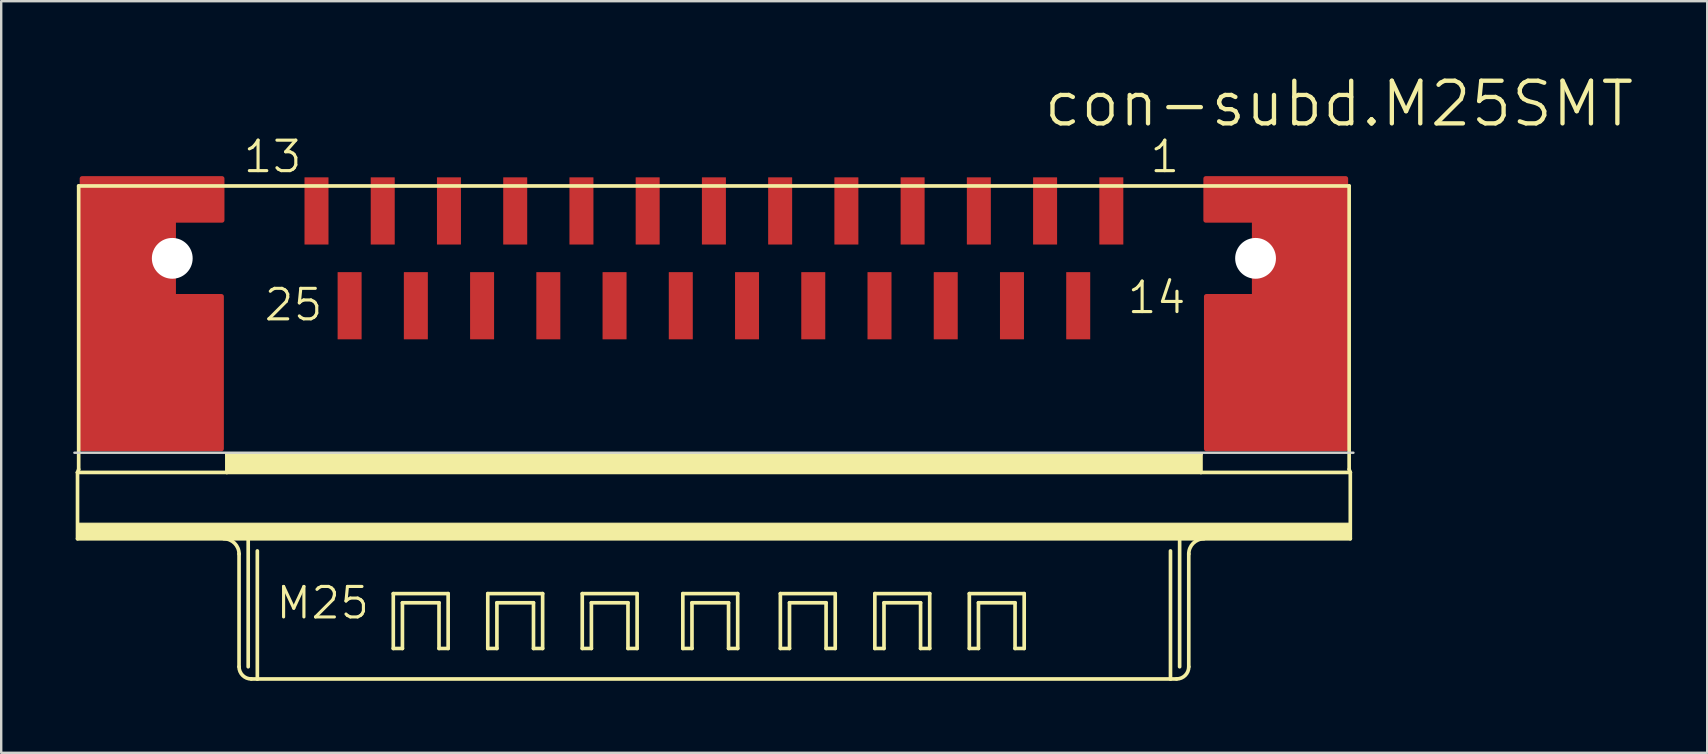
<source format=kicad_pcb>
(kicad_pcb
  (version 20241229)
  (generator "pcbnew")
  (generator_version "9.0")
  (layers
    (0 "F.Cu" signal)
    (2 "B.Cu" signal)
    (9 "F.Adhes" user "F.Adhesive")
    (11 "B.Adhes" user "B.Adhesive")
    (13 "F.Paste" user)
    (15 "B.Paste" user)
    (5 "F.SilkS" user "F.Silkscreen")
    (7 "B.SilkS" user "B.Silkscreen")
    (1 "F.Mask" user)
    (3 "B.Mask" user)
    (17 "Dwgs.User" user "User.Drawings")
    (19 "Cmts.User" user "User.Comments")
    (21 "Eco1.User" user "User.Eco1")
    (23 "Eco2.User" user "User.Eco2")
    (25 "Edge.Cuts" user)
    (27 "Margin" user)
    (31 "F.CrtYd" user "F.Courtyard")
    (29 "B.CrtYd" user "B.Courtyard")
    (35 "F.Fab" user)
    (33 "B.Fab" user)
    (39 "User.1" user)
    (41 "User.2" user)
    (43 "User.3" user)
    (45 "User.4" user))
  (footprint "con-subd.M25SMT"
    (layer "F.Cu")
    (at 26.698 7.715)
    (property "Reference" "con-subd.M25SMT" (at 13.652 -5.397 0) (layer "F.SilkS") (effects (font (size 1.778 1.778) (thickness 0.18)) (justify left bottom)))
    (attr smd)
    (fp_poly (pts (xy -26.328 7.938) (xy -20.52 7.938) (xy -20.52 1.587) (xy -22.517 1.587) (xy -22.517 -1.587) (xy -20.495 -1.587) (xy -20.495 -3.325) (xy -26.328 -3.325)) (stroke (width 0.2) (type default)) (fill yes) (layer "F.Cu"))
    (fp_poly (pts (xy 26.328 7.938) (xy 20.52 7.938) (xy 20.52 1.587) (xy 22.517 1.587) (xy 22.517 -1.587) (xy 20.495 -1.587) (xy 20.495 -3.325) (xy 26.328 -3.325)) (stroke (width 0.2) (type default)) (fill yes) (layer "F.Cu"))
    (fp_line (start -26.518 8.92) (end -26.47 8.793) (stroke (width 0.152) (type default)) (layer "F.SilkS"))
    (fp_line (start -26.518 11.684) (end -26.518 8.92) (stroke (width 0.152) (type default)) (layer "F.SilkS"))
    (fp_line (start -26.47 -3.016) (end -26.47 8.793) (stroke (width 0.152) (type default)) (layer "F.SilkS"))
    (fp_line (start -20.295 8.92) (end -26.518 8.92) (stroke (width 0.152) (type default)) (layer "F.SilkS"))
    (fp_line (start -20.295 8.92) (end -20.295 8.158) (stroke (width 0.152) (type default)) (layer "F.SilkS"))
    (fp_line (start -19.787 12.319) (end -19.787 17.018) (stroke (width 0.152) (type default)) (layer "F.SilkS"))
    (fp_line (start -19.406 11.684) (end -26.518 11.684) (stroke (width 0.152) (type default)) (layer "F.SilkS"))
    (fp_line (start -19.406 11.684) (end -19.406 17.018) (stroke (width 0.152) (type default)) (layer "F.SilkS"))
    (fp_line (start -19.025 12.192) (end -19.025 17.526) (stroke (width 0.152) (type default)) (layer "F.SilkS"))
    (fp_line (start -19.025 17.526) (end -19.279 17.526) (stroke (width 0.152) (type default)) (layer "F.SilkS"))
    (fp_line (start -13.36 13.97) (end -11.074 13.97) (stroke (width 0.152) (type default)) (layer "F.SilkS"))
    (fp_line (start -13.36 16.256) (end -13.36 13.97) (stroke (width 0.152) (type default)) (layer "F.SilkS"))
    (fp_line (start -12.979 14.351) (end -12.979 16.256) (stroke (width 0.152) (type default)) (layer "F.SilkS"))
    (fp_line (start -12.979 16.256) (end -13.36 16.256) (stroke (width 0.152) (type default)) (layer "F.SilkS"))
    (fp_line (start -11.455 14.351) (end -12.979 14.351) (stroke (width 0.152) (type default)) (layer "F.SilkS"))
    (fp_line (start -11.455 16.256) (end -11.455 14.351) (stroke (width 0.152) (type default)) (layer "F.SilkS"))
    (fp_line (start -11.074 13.97) (end -11.074 16.256) (stroke (width 0.152) (type default)) (layer "F.SilkS"))
    (fp_line (start -11.074 16.256) (end -11.455 16.256) (stroke (width 0.152) (type default)) (layer "F.SilkS"))
    (fp_line (start -9.423 13.97) (end -7.137 13.97) (stroke (width 0.152) (type default)) (layer "F.SilkS"))
    (fp_line (start -9.423 16.256) (end -9.423 13.97) (stroke (width 0.152) (type default)) (layer "F.SilkS"))
    (fp_line (start -9.042 14.351) (end -9.042 16.256) (stroke (width 0.152) (type default)) (layer "F.SilkS"))
    (fp_line (start -9.042 16.256) (end -9.423 16.256) (stroke (width 0.152) (type default)) (layer "F.SilkS"))
    (fp_line (start -7.518 14.351) (end -9.042 14.351) (stroke (width 0.152) (type default)) (layer "F.SilkS"))
    (fp_line (start -7.518 16.256) (end -7.518 14.351) (stroke (width 0.152) (type default)) (layer "F.SilkS"))
    (fp_line (start -7.137 13.97) (end -7.137 16.256) (stroke (width 0.152) (type default)) (layer "F.SilkS"))
    (fp_line (start -7.137 16.256) (end -7.518 16.256) (stroke (width 0.152) (type default)) (layer "F.SilkS"))
    (fp_line (start -5.486 13.97) (end -3.2 13.97) (stroke (width 0.152) (type default)) (layer "F.SilkS"))
    (fp_line (start -5.486 16.256) (end -5.486 13.97) (stroke (width 0.152) (type default)) (layer "F.SilkS"))
    (fp_line (start -5.105 14.351) (end -5.105 16.256) (stroke (width 0.152) (type default)) (layer "F.SilkS"))
    (fp_line (start -5.105 16.256) (end -5.486 16.256) (stroke (width 0.152) (type default)) (layer "F.SilkS"))
    (fp_line (start -3.581 14.351) (end -5.105 14.351) (stroke (width 0.152) (type default)) (layer "F.SilkS"))
    (fp_line (start -3.581 16.256) (end -3.581 14.351) (stroke (width 0.152) (type default)) (layer "F.SilkS"))
    (fp_line (start -3.2 13.97) (end -3.2 16.256) (stroke (width 0.152) (type default)) (layer "F.SilkS"))
    (fp_line (start -3.2 16.256) (end -3.581 16.256) (stroke (width 0.152) (type default)) (layer "F.SilkS"))
    (fp_line (start -1.295 13.97) (end 0.991 13.97) (stroke (width 0.152) (type default)) (layer "F.SilkS"))
    (fp_line (start -1.295 16.256) (end -1.295 13.97) (stroke (width 0.152) (type default)) (layer "F.SilkS"))
    (fp_line (start -0.914 14.351) (end -0.914 16.256) (stroke (width 0.152) (type default)) (layer "F.SilkS"))
    (fp_line (start -0.914 16.256) (end -1.295 16.256) (stroke (width 0.152) (type default)) (layer "F.SilkS"))
    (fp_line (start 0.61 14.351) (end -0.914 14.351) (stroke (width 0.152) (type default)) (layer "F.SilkS"))
    (fp_line (start 0.61 16.256) (end 0.61 14.351) (stroke (width 0.152) (type default)) (layer "F.SilkS"))
    (fp_line (start 0.991 13.97) (end 0.991 16.256) (stroke (width 0.152) (type default)) (layer "F.SilkS"))
    (fp_line (start 0.991 16.256) (end 0.61 16.256) (stroke (width 0.152) (type default)) (layer "F.SilkS"))
    (fp_line (start 2.769 13.97) (end 5.055 13.97) (stroke (width 0.152) (type default)) (layer "F.SilkS"))
    (fp_line (start 2.769 16.256) (end 2.769 13.97) (stroke (width 0.152) (type default)) (layer "F.SilkS"))
    (fp_line (start 3.15 14.351) (end 3.15 16.256) (stroke (width 0.152) (type default)) (layer "F.SilkS"))
    (fp_line (start 3.15 16.256) (end 2.769 16.256) (stroke (width 0.152) (type default)) (layer "F.SilkS"))
    (fp_line (start 4.674 14.351) (end 3.15 14.351) (stroke (width 0.152) (type default)) (layer "F.SilkS"))
    (fp_line (start 4.674 16.256) (end 4.674 14.351) (stroke (width 0.152) (type default)) (layer "F.SilkS"))
    (fp_line (start 5.055 13.97) (end 5.055 16.256) (stroke (width 0.152) (type default)) (layer "F.SilkS"))
    (fp_line (start 5.055 16.256) (end 4.674 16.256) (stroke (width 0.152) (type default)) (layer "F.SilkS"))
    (fp_line (start 6.706 13.97) (end 8.992 13.97) (stroke (width 0.152) (type default)) (layer "F.SilkS"))
    (fp_line (start 6.706 16.256) (end 6.706 13.97) (stroke (width 0.152) (type default)) (layer "F.SilkS"))
    (fp_line (start 7.087 14.351) (end 7.087 16.256) (stroke (width 0.152) (type default)) (layer "F.SilkS"))
    (fp_line (start 7.087 16.256) (end 6.706 16.256) (stroke (width 0.152) (type default)) (layer "F.SilkS"))
    (fp_line (start 8.611 14.351) (end 7.087 14.351) (stroke (width 0.152) (type default)) (layer "F.SilkS"))
    (fp_line (start 8.611 16.256) (end 8.611 14.351) (stroke (width 0.152) (type default)) (layer "F.SilkS"))
    (fp_line (start 8.992 13.97) (end 8.992 16.256) (stroke (width 0.152) (type default)) (layer "F.SilkS"))
    (fp_line (start 8.992 16.256) (end 8.611 16.256) (stroke (width 0.152) (type default)) (layer "F.SilkS"))
    (fp_line (start 10.643 13.97) (end 12.929 13.97) (stroke (width 0.152) (type default)) (layer "F.SilkS"))
    (fp_line (start 10.643 16.256) (end 10.643 13.97) (stroke (width 0.152) (type default)) (layer "F.SilkS"))
    (fp_line (start 11.024 14.351) (end 11.024 16.256) (stroke (width 0.152) (type default)) (layer "F.SilkS"))
    (fp_line (start 11.024 16.256) (end 10.643 16.256) (stroke (width 0.152) (type default)) (layer "F.SilkS"))
    (fp_line (start 12.548 14.351) (end 11.024 14.351) (stroke (width 0.152) (type default)) (layer "F.SilkS"))
    (fp_line (start 12.548 16.256) (end 12.548 14.351) (stroke (width 0.152) (type default)) (layer "F.SilkS"))
    (fp_line (start 12.929 13.97) (end 12.929 16.256) (stroke (width 0.152) (type default)) (layer "F.SilkS"))
    (fp_line (start 12.929 16.256) (end 12.548 16.256) (stroke (width 0.152) (type default)) (layer "F.SilkS"))
    (fp_line (start 19.025 12.192) (end 19.025 17.526) (stroke (width 0.152) (type default)) (layer "F.SilkS"))
    (fp_line (start 19.025 17.526) (end -19.025 17.526) (stroke (width 0.152) (type default)) (layer "F.SilkS"))
    (fp_line (start 19.279 17.526) (end 19.025 17.526) (stroke (width 0.152) (type default)) (layer "F.SilkS"))
    (fp_line (start 19.406 11.684) (end -19.406 11.684) (stroke (width 0.152) (type default)) (layer "F.SilkS"))
    (fp_line (start 19.406 11.684) (end 19.406 17.018) (stroke (width 0.152) (type default)) (layer "F.SilkS"))
    (fp_line (start 19.787 12.319) (end 19.787 17.018) (stroke (width 0.152) (type default)) (layer "F.SilkS"))
    (fp_line (start 20.295 8.158) (end -20.295 8.158) (stroke (width 0.152) (type default)) (layer "F.SilkS"))
    (fp_line (start 20.295 8.92) (end -20.295 8.92) (stroke (width 0.152) (type default)) (layer "F.SilkS"))
    (fp_line (start 20.295 8.92) (end 20.295 8.158) (stroke (width 0.152) (type default)) (layer "F.SilkS"))
    (fp_line (start 26.47 -3.016) (end -26.47 -3.016) (stroke (width 0.152) (type default)) (layer "F.SilkS"))
    (fp_line (start 26.47 -3.016) (end 26.47 8.793) (stroke (width 0.152) (type default)) (layer "F.SilkS"))
    (fp_line (start 26.518 8.92) (end 20.295 8.92) (stroke (width 0.152) (type default)) (layer "F.SilkS"))
    (fp_line (start 26.518 8.92) (end 26.47 8.793) (stroke (width 0.152) (type default)) (layer "F.SilkS"))
    (fp_line (start 26.518 8.92) (end 26.518 11.684) (stroke (width 0.152) (type default)) (layer "F.SilkS"))
    (fp_line (start 26.518 11.684) (end 19.406 11.684) (stroke (width 0.152) (type default)) (layer "F.SilkS"))
    (fp_rect (start -26.55 11.684) (end 26.525 11.04) (stroke (width 0.05) (type default)) (fill yes) (layer "F.SilkS"))
    (fp_rect (start -20.3 8.92) (end 20.275 8.158) (stroke (width 0.05) (type default)) (fill yes) (layer "F.SilkS"))
    (fp_arc (start -20.422 11.684) (mid -19.972987 11.869987) (end -19.787 12.319) (stroke (width 0.1524) (type default)) (layer "F.SilkS"))
    (fp_arc (start -19.279 17.526) (mid -19.63821 17.37721) (end -19.787 17.018) (stroke (width 0.1524) (type default)) (layer "F.SilkS"))
    (fp_arc (start 19.787 12.319) (mid 19.972987 11.869987) (end 20.422 11.684) (stroke (width 0.1524) (type default)) (layer "F.SilkS"))
    (fp_arc (start 19.787 17.018) (mid 19.63821 17.37721) (end 19.279 17.526) (stroke (width 0.1524) (type default)) (layer "F.SilkS"))
    (fp_line (start -26.648 8.1) (end 26.648 8.1) (stroke (width 0.1) (type default)) (layer "Edge.Cuts"))
    (fp_text user "25" (at -18.812 2.682 0) (layer "F.SilkS") (effects (font (size 1.27 1.27) (thickness 0.13)) (justify left bottom)))
    (fp_text user "13" (at -19.685 -3.493 0) (layer "F.SilkS") (effects (font (size 1.27 1.27) (thickness 0.13)) (justify left bottom)))
    (fp_text user "1" (at 18.098 -3.493 0) (layer "F.SilkS") (effects (font (size 1.27 1.27) (thickness 0.13)) (justify left bottom)))
    (fp_text user "M25" (at -18.319 15.104 0) (layer "F.SilkS") (effects (font (size 1.27 1.27) (thickness 0.13)) (justify left bottom)))
    (fp_text user "14" (at 17.153 2.38 0) (layer "F.SilkS") (effects (font (size 1.27 1.27) (thickness 0.13)) (justify left bottom)))
    (pad "" np_thru_hole circle (at -22.57 0) (size 1.7 1.7) (drill 1.7) (layers "*.Cu" "*.Mask"))
    (pad "" np_thru_hole circle (at 22.57 0) (size 1.7 1.7) (drill 1.7) (layers "*.Cu" "*.Mask"))
    (pad "1" smd roundrect (at 16.56 -1.975) (size 1 2.8) (layers "F.Cu" "F.Mask" "F.Paste") (roundrect_rratio 0.01))
    (pad "2" smd roundrect (at 13.8 -1.975) (size 1 2.8) (layers "F.Cu" "F.Mask" "F.Paste") (roundrect_rratio 0.01))
    (pad "3" smd roundrect (at 11.04 -1.975) (size 1 2.8) (layers "F.Cu" "F.Mask" "F.Paste") (roundrect_rratio 0.01))
    (pad "4" smd roundrect (at 8.28 -1.975) (size 1 2.8) (layers "F.Cu" "F.Mask" "F.Paste") (roundrect_rratio 0.01))
    (pad "5" smd roundrect (at 5.52 -1.975) (size 1 2.8) (layers "F.Cu" "F.Mask" "F.Paste") (roundrect_rratio 0.01))
    (pad "6" smd roundrect (at 2.76 -1.975) (size 1 2.8) (layers "F.Cu" "F.Mask" "F.Paste") (roundrect_rratio 0.01))
    (pad "7" smd roundrect (at 0 -1.975) (size 1 2.8) (layers "F.Cu" "F.Mask" "F.Paste") (roundrect_rratio 0.01))
    (pad "8" smd roundrect (at -2.76 -1.975) (size 1 2.8) (layers "F.Cu" "F.Mask" "F.Paste") (roundrect_rratio 0.01))
    (pad "9" smd roundrect (at -5.52 -1.975) (size 1 2.8) (layers "F.Cu" "F.Mask" "F.Paste") (roundrect_rratio 0.01))
    (pad "10" smd roundrect (at -8.28 -1.975) (size 1 2.8) (layers "F.Cu" "F.Mask" "F.Paste") (roundrect_rratio 0.01))
    (pad "11" smd roundrect (at -11.04 -1.975) (size 1 2.8) (layers "F.Cu" "F.Mask" "F.Paste") (roundrect_rratio 0.01))
    (pad "12" smd roundrect (at -13.8 -1.975) (size 1 2.8) (layers "F.Cu" "F.Mask" "F.Paste") (roundrect_rratio 0.01))
    (pad "13" smd roundrect (at -16.56 -1.975) (size 1 2.8) (layers "F.Cu" "F.Mask" "F.Paste") (roundrect_rratio 0.01))
    (pad "14" smd roundrect (at 15.18 1.975) (size 1 2.8) (layers "F.Cu" "F.Mask" "F.Paste") (roundrect_rratio 0.01))
    (pad "15" smd roundrect (at 12.42 1.975) (size 1 2.8) (layers "F.Cu" "F.Mask" "F.Paste") (roundrect_rratio 0.01))
    (pad "16" smd roundrect (at 9.66 1.975) (size 1 2.8) (layers "F.Cu" "F.Mask" "F.Paste") (roundrect_rratio 0.01))
    (pad "17" smd roundrect (at 6.9 1.975) (size 1 2.8) (layers "F.Cu" "F.Mask" "F.Paste") (roundrect_rratio 0.01))
    (pad "18" smd roundrect (at 4.14 1.975) (size 1 2.8) (layers "F.Cu" "F.Mask" "F.Paste") (roundrect_rratio 0.01))
    (pad "19" smd roundrect (at 1.38 1.975) (size 1 2.8) (layers "F.Cu" "F.Mask" "F.Paste") (roundrect_rratio 0.01))
    (pad "20" smd roundrect (at -1.38 1.975) (size 1 2.8) (layers "F.Cu" "F.Mask" "F.Paste") (roundrect_rratio 0.01))
    (pad "21" smd roundrect (at -4.14 1.975) (size 1 2.8) (layers "F.Cu" "F.Mask" "F.Paste") (roundrect_rratio 0.01))
    (pad "22" smd roundrect (at -6.9 1.975) (size 1 2.8) (layers "F.Cu" "F.Mask" "F.Paste") (roundrect_rratio 0.01))
    (pad "23" smd roundrect (at -9.66 1.975) (size 1 2.8) (layers "F.Cu" "F.Mask" "F.Paste") (roundrect_rratio 0.01))
    (pad "24" smd roundrect (at -12.42 1.975) (size 1 2.8) (layers "F.Cu" "F.Mask" "F.Paste") (roundrect_rratio 0.01))
    (pad "25" smd roundrect (at -15.18 1.975) (size 1 2.8) (layers "F.Cu" "F.Mask" "F.Paste") (roundrect_rratio 0.01))
    (pad "S@1" smd roundrect (at 23.445 2.65) (size 1 1) (layers "F.Cu" "F.Mask" "F.Paste") (roundrect_rratio 0.01))
    (pad "S@2" smd roundrect (at -23.445 2.625) (size 1 1) (layers "F.Cu" "F.Mask" "F.Paste") (roundrect_rratio 0.01)))
  (gr_rect
    (start -3 -3)
    (end 68.088 28.318)
    (stroke (width 0.1) (type default))
    (fill no)
    (layer "Edge.Cuts")))
</source>
